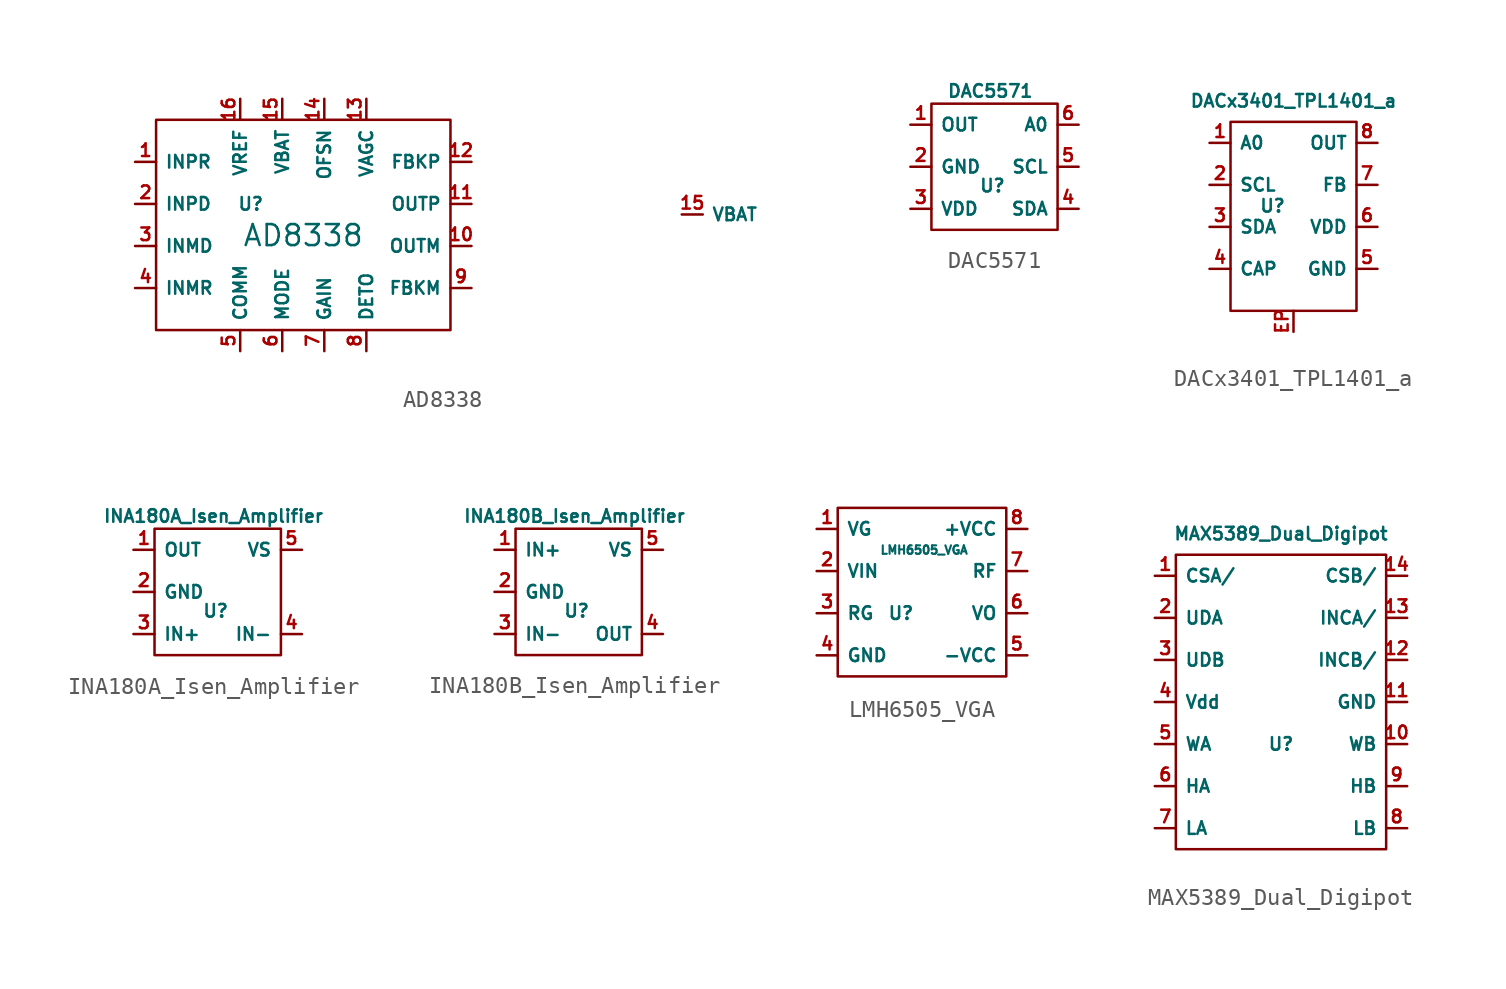
<source format=kicad_sym>
(kicad_symbol_lib
  (version 20200126)
  (host kicad_symbol_editor "(5.99.0-2908-g9a4f92dfd9)")
  (symbol "Bobs_Misc_Analog_Malfunctions:AD8338"
    (property "Reference" "U"
      (at -3.175 1.27 0)
      (effects (font (size 0.762 0.762))))
    (property "Value" "AD8338"
      (at 0 -0.635 0)
      (effects (font (size 1.27 1.27))))
    (symbol "AD8338_0_1"
      (rectangle (start -8.89 6.35) (end 8.89 -6.35) (stroke (width 0)) (fill (type none))))
    (symbol "AD8338_1_1"
      (pin input line (at -10.16 3.81 0) (length 1.27) (name "INPR" (effects (font (size 0.762 0.762)))) (number "1" (effects (font (size 0.762 0.762)))))
      (pin bidirectional line (at 10.16 -1.27 180) (length 1.27) (name "OUTM" (effects (font (size 0.762 0.762)))) (number "10" (effects (font (size 0.762 0.762)))))
      (pin power_in line (at 10.16 1.27 180) (length 1.27) (name "OUTP" (effects (font (size 0.762 0.762)))) (number "11" (effects (font (size 0.762 0.762)))))
      (pin input line (at 10.16 3.81 180) (length 1.27) (name "FBKP" (effects (font (size 0.762 0.762)))) (number "12" (effects (font (size 0.762 0.762)))))
      (pin bidirectional line (at 3.81 7.62 270) (length 1.27) (name "VAGC" (effects (font (size 0.762 0.762)))) (number "13" (effects (font (size 0.762 0.762)))))
      (pin bidirectional line (at 1.27 7.62 270) (length 1.27) (name "OFSN" (effects (font (size 0.762 0.762)))) (number "14" (effects (font (size 0.762 0.762)))))
      (pin input line (at -1.27 7.62 270) (length 1.27) (name "VBAT" (effects (font (size 0.762 0.762)))) (number "15" (effects (font (size 0.762 0.762)))))
      (pin input line (at 22.86 0.635 0) (length 1.27) (name "VBAT" (effects (font (size 0.762 0.762)))) (number "15" (effects (font (size 0.762 0.762)))))
      (pin input line (at -3.81 7.62 270) (length 1.27) (name "VREF" (effects (font (size 0.762 0.762)))) (number "16" (effects (font (size 0.762 0.762)))))
      (pin input line (at -10.16 1.27 0) (length 1.27) (name "INPD" (effects (font (size 0.762 0.762)))) (number "2" (effects (font (size 0.762 0.762)))))
      (pin input line (at -10.16 -1.27 0) (length 1.27) (name "INMD" (effects (font (size 0.762 0.762)))) (number "3" (effects (font (size 0.762 0.762)))))
      (pin power_in line (at -10.16 -3.81 0) (length 1.27) (name "INMR" (effects (font (size 0.762 0.762)))) (number "4" (effects (font (size 0.762 0.762)))))
      (pin bidirectional line (at -3.81 -7.62 90) (length 1.27) (name "COMM" (effects (font (size 0.762 0.762)))) (number "5" (effects (font (size 0.762 0.762)))))
      (pin bidirectional line (at -1.27 -7.62 90) (length 1.27) (name "MODE" (effects (font (size 0.762 0.762)))) (number "6" (effects (font (size 0.762 0.762)))))
      (pin bidirectional line (at 1.27 -7.62 90) (length 1.27) (name "GAIN" (effects (font (size 0.762 0.762)))) (number "7" (effects (font (size 0.762 0.762)))))
      (pin bidirectional line (at 3.81 -7.62 90) (length 1.27) (name "DETO" (effects (font (size 0.762 0.762)))) (number "8" (effects (font (size 0.762 0.762)))))
      (pin bidirectional line (at 10.16 -3.81 180) (length 1.27) (name "FBKM" (effects (font (size 0.762 0.762)))) (number "9" (effects (font (size 0.762 0.762)))))))
  (symbol "Bobs_Misc_Analog_Malfunctions:DAC5571"
    (property "Reference" "U"
      (at -0.127 -1.143 0)
      (effects (font (size 0.762 0.762))))
    (property "Value" "DAC5571"
      (at -0.254 4.572 0)
      (effects (font (size 0.762 0.762))))
    (symbol "DAC5571_0_1"
      (rectangle (start -3.81 3.81) (end 3.81 -3.81) (stroke (width 0)) (fill (type none))))
    (symbol "DAC5571_1_1"
      (pin output line (at -5.08 2.54 0) (length 1.27) (name "OUT" (effects (font (size 0.762 0.762)))) (number "1" (effects (font (size 0.762 0.762)))))
      (pin power_in line (at -5.08 0 0) (length 1.27) (name "GND" (effects (font (size 0.762 0.762)))) (number "2" (effects (font (size 0.762 0.762)))))
      (pin power_in line (at -5.08 -2.54 0) (length 1.27) (name "VDD" (effects (font (size 0.762 0.762)))) (number "3" (effects (font (size 0.762 0.762)))))
      (pin input line (at 5.08 -2.54 180) (length 1.27) (name "SDA" (effects (font (size 0.762 0.762)))) (number "4" (effects (font (size 0.762 0.762)))))
      (pin input line (at 5.08 0 180) (length 1.27) (name "SCL" (effects (font (size 0.762 0.762)))) (number "5" (effects (font (size 0.762 0.762)))))
      (pin input line (at 5.08 2.54 180) (length 1.27) (name "A0" (effects (font (size 0.762 0.762)))) (number "6" (effects (font (size 0.762 0.762)))))))
  (symbol "Bobs_Misc_Analog_Malfunctions:DACx3401_TPL1401_a"
    (property "Reference" "U"
      (at -1.27 0 0)
      (effects (font (size 0.762 0.762))))
    (property "Value" "DACx3401_TPL1401_a"
      (at 0 6.35 0)
      (effects (font (size 0.762 0.762))))
    (symbol "DACx3401_TPL1401_a_0_1"
      (rectangle (start -3.81 5.08) (end 3.81 -6.35) (stroke (width 0)) (fill (type none))))
    (symbol "DACx3401_TPL1401_a_1_1"
      (pin output line (at 5.08 3.81 180) (length 1.27) (name "OUT" (effects (font (size 0.762 0.762)))) (number "8" (effects (font (size 0.762 0.762)))))
      (pin power_in line (at 5.08 -3.81 180) (length 1.27) (name "GND" (effects (font (size 0.762 0.762)))) (number "5" (effects (font (size 0.762 0.762)))))
      (pin power_in line (at 5.08 -1.27 180) (length 1.27) (name "VDD" (effects (font (size 0.762 0.762)))) (number "6" (effects (font (size 0.762 0.762)))))
      (pin input line (at -5.08 -1.27 0) (length 1.27) (name "SDA" (effects (font (size 0.762 0.762)))) (number "3" (effects (font (size 0.762 0.762)))))
      (pin input line (at -5.08 1.27 0) (length 1.27) (name "SCL" (effects (font (size 0.762 0.762)))) (number "2" (effects (font (size 0.762 0.762)))))
      (pin input line (at -5.08 3.81 0) (length 1.27) (name "A0" (effects (font (size 0.762 0.762)))) (number "1" (effects (font (size 0.762 0.762)))))
      (pin passive line (at -5.08 -3.81 0) (length 1.27) (name "CAP" (effects (font (size 0.762 0.762)))) (number "4" (effects (font (size 0.762 0.762)))))
      (pin input line (at 5.08 1.27 180) (length 1.27) (name "FB" (effects (font (size 0.762 0.762)))) (number "7" (effects (font (size 0.762 0.762)))))
      (pin unspecified line (at 0 -7.62 90) (length 1.27) (name "" (effects (font (size 0.762 0.762)))) (number "EP" (effects (font (size 0.762 0.762)))))))
  (symbol "Bobs_Misc_Analog_Malfunctions:INA180A_Isen_Amplifier"
    (property "Reference" "U"
      (at -0.127 -2.413 0)
      (effects (font (size 0.762 0.762))))
    (property "Value" "INA180A_Isen_Amplifier"
      (at -0.254 3.302 0)
      (effects (font (size 0.762 0.762))))
    (symbol "INA180A_Isen_Amplifier_0_1"
      (rectangle (start -3.81 2.54) (end 3.81 -5.08) (stroke (width 0)) (fill (type none))))
    (symbol "INA180A_Isen_Amplifier_1_1"
      (pin output line (at -5.08 1.27 0) (length 1.27) (name "OUT" (effects (font (size 0.762 0.762)))) (number "1" (effects (font (size 0.762 0.762)))))
      (pin power_in line (at -5.08 -1.27 0) (length 1.27) (name "GND" (effects (font (size 0.762 0.762)))) (number "2" (effects (font (size 0.762 0.762)))))
      (pin input line (at -5.08 -3.81 0) (length 1.27) (name "IN+" (effects (font (size 0.762 0.762)))) (number "3" (effects (font (size 0.762 0.762)))))
      (pin input line (at 5.08 -3.81 180) (length 1.27) (name "IN-" (effects (font (size 0.762 0.762)))) (number "4" (effects (font (size 0.762 0.762)))))
      (pin power_in line (at 5.08 1.27 180) (length 1.27) (name "VS" (effects (font (size 0.762 0.762)))) (number "5" (effects (font (size 0.762 0.762)))))))
  (symbol "Bobs_Misc_Analog_Malfunctions:INA180B_Isen_Amplifier"
    (property "Reference" "U"
      (at -0.127 -2.413 0)
      (effects (font (size 0.762 0.762))))
    (property "Value" "INA180B_Isen_Amplifier"
      (at -0.254 3.302 0)
      (effects (font (size 0.762 0.762))))
    (symbol "INA180B_Isen_Amplifier_0_1"
      (rectangle (start -3.81 2.54) (end 3.81 -5.08) (stroke (width 0)) (fill (type none))))
    (symbol "INA180B_Isen_Amplifier_1_1"
      (pin input line (at -5.08 1.27 0) (length 1.27) (name "IN+" (effects (font (size 0.762 0.762)))) (number "1" (effects (font (size 0.762 0.762)))))
      (pin power_in line (at -5.08 -1.27 0) (length 1.27) (name "GND" (effects (font (size 0.762 0.762)))) (number "2" (effects (font (size 0.762 0.762)))))
      (pin input line (at -5.08 -3.81 0) (length 1.27) (name "IN-" (effects (font (size 0.762 0.762)))) (number "3" (effects (font (size 0.762 0.762)))))
      (pin output line (at 5.08 -3.81 180) (length 1.27) (name "OUT" (effects (font (size 0.762 0.762)))) (number "4" (effects (font (size 0.762 0.762)))))
      (pin power_in line (at 5.08 1.27 180) (length 1.27) (name "VS" (effects (font (size 0.762 0.762)))) (number "5" (effects (font (size 0.762 0.762)))))))
  (symbol "Bobs_Misc_Analog_Malfunctions:LMH6505_VGA"
    (property "Reference" "U"
      (at -1.27 -1.27 0)
      (effects (font (size 0.762 0.762))))
    (property "Value" "LMH6505_VGA"
      (at 0.127 2.54 0)
      (effects (font (size 0.508 0.508))))
    (symbol "LMH6505_VGA_0_1"
      (rectangle (start -5.08 5.08) (end 5.08 -5.08) (stroke (width 0)) (fill (type none))))
    (symbol "LMH6505_VGA_1_1"
      (pin input line (at -6.35 3.81 0) (length 1.27) (name "VG" (effects (font (size 0.762 0.762)))) (number "1" (effects (font (size 0.762 0.762)))))
      (pin input line (at -6.35 1.27 0) (length 1.27) (name "VIN" (effects (font (size 0.762 0.762)))) (number "2" (effects (font (size 0.762 0.762)))))
      (pin bidirectional line (at -6.35 -1.27 0) (length 1.27) (name "RG" (effects (font (size 0.762 0.762)))) (number "3" (effects (font (size 0.762 0.762)))))
      (pin power_in line (at -6.35 -3.81 0) (length 1.27) (name "GND" (effects (font (size 0.762 0.762)))) (number "4" (effects (font (size 0.762 0.762)))))
      (pin power_in line (at 6.35 -3.81 180) (length 1.27) (name "-VCC" (effects (font (size 0.762 0.762)))) (number "5" (effects (font (size 0.762 0.762)))))
      (pin output line (at 6.35 -1.27 180) (length 1.27) (name "VO" (effects (font (size 0.762 0.762)))) (number "6" (effects (font (size 0.762 0.762)))))
      (pin bidirectional line (at 6.35 1.27 180) (length 1.27) (name "RF" (effects (font (size 0.762 0.762)))) (number "7" (effects (font (size 0.762 0.762)))))
      (pin power_in line (at 6.35 3.81 180) (length 1.27) (name "+VCC" (effects (font (size 0.762 0.762)))) (number "8" (effects (font (size 0.762 0.762)))))))
  (symbol "Bobs_Misc_Analog_Malfunctions:MAX5389_Dual_Digipot"
    (property "Reference" "U"
      (at 0 -2.54 0)
      (effects (font (size 0.762 0.762))))
    (property "Value" "MAX5389_Dual_Digipot"
      (at 0 10.16 0)
      (effects (font (size 0.762 0.762))))
    (symbol "MAX5389_Dual_Digipot_0_1"
      (rectangle (start -6.35 8.89) (end 6.35 -8.89) (stroke (width 0)) (fill (type none))))
    (symbol "MAX5389_Dual_Digipot_1_1"
      (pin input line (at -7.62 7.62 0) (length 1.27) (name "CSA/" (effects (font (size 0.762 0.762)))) (number "1" (effects (font (size 0.762 0.762)))))
      (pin bidirectional line (at 7.62 -2.54 180) (length 1.27) (name "WB" (effects (font (size 0.762 0.762)))) (number "10" (effects (font (size 0.762 0.762)))))
      (pin power_in line (at 7.62 0 180) (length 1.27) (name "GND" (effects (font (size 0.762 0.762)))) (number "11" (effects (font (size 0.762 0.762)))))
      (pin input line (at 7.62 2.54 180) (length 1.27) (name "INCB/" (effects (font (size 0.762 0.762)))) (number "12" (effects (font (size 0.762 0.762)))))
      (pin bidirectional line (at 7.62 5.08 180) (length 1.27) (name "INCA/" (effects (font (size 0.762 0.762)))) (number "13" (effects (font (size 0.762 0.762)))))
      (pin bidirectional line (at 7.62 7.62 180) (length 1.27) (name "CSB/" (effects (font (size 0.762 0.762)))) (number "14" (effects (font (size 0.762 0.762)))))
      (pin input line (at -7.62 5.08 0) (length 1.27) (name "UDA" (effects (font (size 0.762 0.762)))) (number "2" (effects (font (size 0.762 0.762)))))
      (pin input line (at -7.62 2.54 0) (length 1.27) (name "UDB" (effects (font (size 0.762 0.762)))) (number "3" (effects (font (size 0.762 0.762)))))
      (pin power_in line (at -7.62 0 0) (length 1.27) (name "Vdd" (effects (font (size 0.762 0.762)))) (number "4" (effects (font (size 0.762 0.762)))))
      (pin bidirectional line (at -7.62 -2.54 0) (length 1.27) (name "WA" (effects (font (size 0.762 0.762)))) (number "5" (effects (font (size 0.762 0.762)))))
      (pin bidirectional line (at -7.62 -5.08 0) (length 1.27) (name "HA" (effects (font (size 0.762 0.762)))) (number "6" (effects (font (size 0.762 0.762)))))
      (pin bidirectional line (at -7.62 -7.62 0) (length 1.27) (name "LA" (effects (font (size 0.762 0.762)))) (number "7" (effects (font (size 0.762 0.762)))))
      (pin bidirectional line (at 7.62 -7.62 180) (length 1.27) (name "LB" (effects (font (size 0.762 0.762)))) (number "8" (effects (font (size 0.762 0.762)))))
      (pin bidirectional line (at 7.62 -5.08 180) (length 1.27) (name "HB" (effects (font (size 0.762 0.762)))) (number "9" (effects (font (size 0.762 0.762))))))))
</source>
